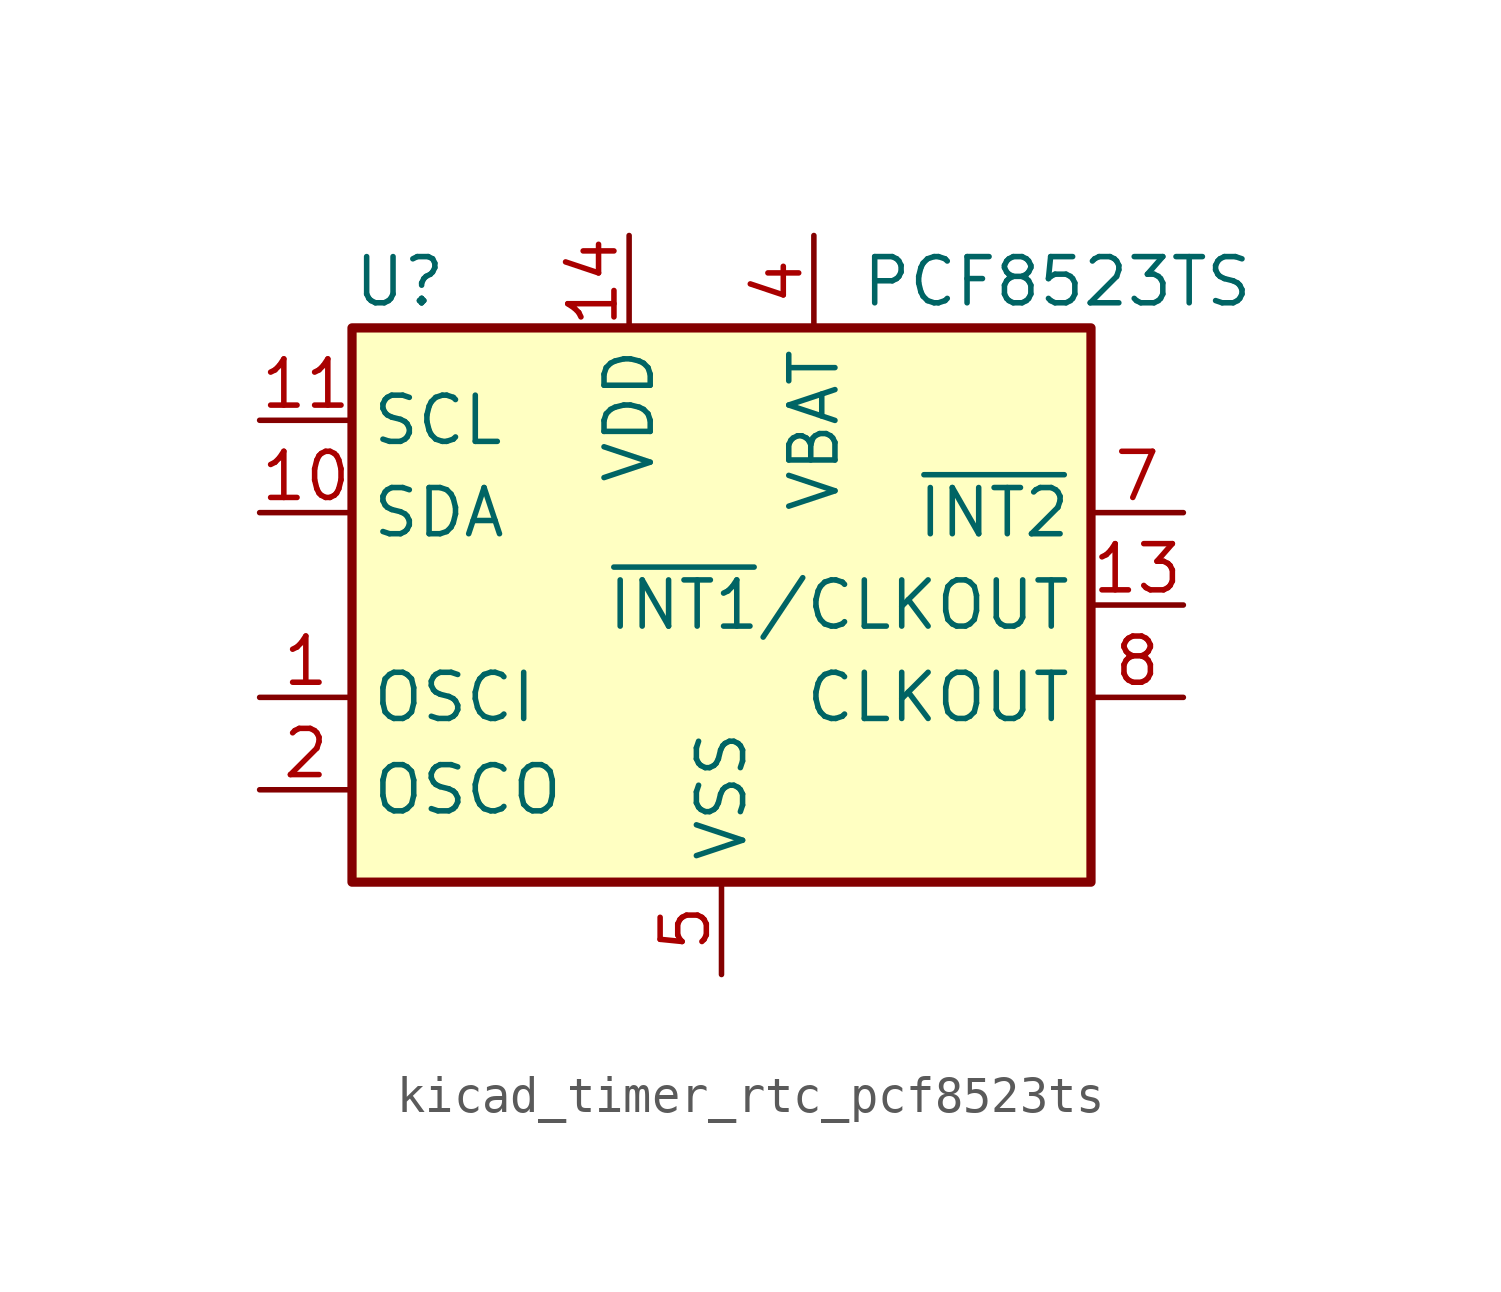
<source format=kicad_sym>
(kicad_symbol_lib
  (version 20220914)
  (generator kicad_symbol_editor)
  (symbol "kicad_timer_rtc_pcf8523ts"
    (property "Reference" "U"
      (at -10.16 8.89 0)
      (effects (font (size 1.27 1.27)) (justify left)))
    (property "Value" "PCF8523TS"
      (at 3.81 8.89 0)
      (effects (font (size 1.27 1.27)) (justify left)))
    (symbol "kicad_timer_rtc_pcf8523ts_0_1"
      (rectangle (start -10.16 7.62) (end 10.16 -7.62) (stroke (width 0.254) (type default)) (fill (type background))))
    (symbol "kicad_timer_rtc_pcf8523ts_1_1"
      (pin input line (at -12.7 -2.54 0) (length 2.54) (name "OSCI" (effects (font (size 1.27 1.27)))) (number "1" (effects (font (size 1.27 1.27)))))
      (pin bidirectional line (at -12.7 2.54 0) (length 2.54) (name "SDA" (effects (font (size 1.27 1.27)))) (number "10" (effects (font (size 1.27 1.27)))))
      (pin input line (at -12.7 5.08 0) (length 2.54) (name "SCL" (effects (font (size 1.27 1.27)))) (number "11" (effects (font (size 1.27 1.27)))))
      (pin no_connect line (at 5.08 -7.62 90) (length 2.54) hide (name "NC" (effects (font (size 1.27 1.27)))) (number "12" (effects (font (size 1.27 1.27)))))
      (pin output line (at 12.7 0 180) (length 2.54) (name "~{INT1}/CLKOUT" (effects (font (size 1.27 1.27)))) (number "13" (effects (font (size 1.27 1.27)))))
      (pin power_in line (at -2.54 10.16 270) (length 2.54) (name "VDD" (effects (font (size 1.27 1.27)))) (number "14" (effects (font (size 1.27 1.27)))))
      (pin output line (at -12.7 -5.08 0) (length 2.54) (name "OSCO" (effects (font (size 1.27 1.27)))) (number "2" (effects (font (size 1.27 1.27)))))
      (pin no_connect line (at -5.08 -7.62 90) (length 2.54) hide (name "NC" (effects (font (size 1.27 1.27)))) (number "3" (effects (font (size 1.27 1.27)))))
      (pin power_in line (at 2.54 10.16 270) (length 2.54) (name "VBAT" (effects (font (size 1.27 1.27)))) (number "4" (effects (font (size 1.27 1.27)))))
      (pin power_in line (at 0 -10.16 90) (length 2.54) (name "VSS" (effects (font (size 1.27 1.27)))) (number "5" (effects (font (size 1.27 1.27)))))
      (pin no_connect line (at -2.54 -7.62 90) (length 2.54) hide (name "NC" (effects (font (size 1.27 1.27)))) (number "6" (effects (font (size 1.27 1.27)))))
      (pin open_collector line (at 12.7 2.54 180) (length 2.54) (name "~{INT2}" (effects (font (size 1.27 1.27)))) (number "7" (effects (font (size 1.27 1.27)))))
      (pin open_collector line (at 12.7 -2.54 180) (length 2.54) (name "CLKOUT" (effects (font (size 1.27 1.27)))) (number "8" (effects (font (size 1.27 1.27)))))
      (pin no_connect line (at 2.54 -7.62 90) (length 2.54) hide (name "NC" (effects (font (size 1.27 1.27)))) (number "9" (effects (font (size 1.27 1.27))))))))
</source>
